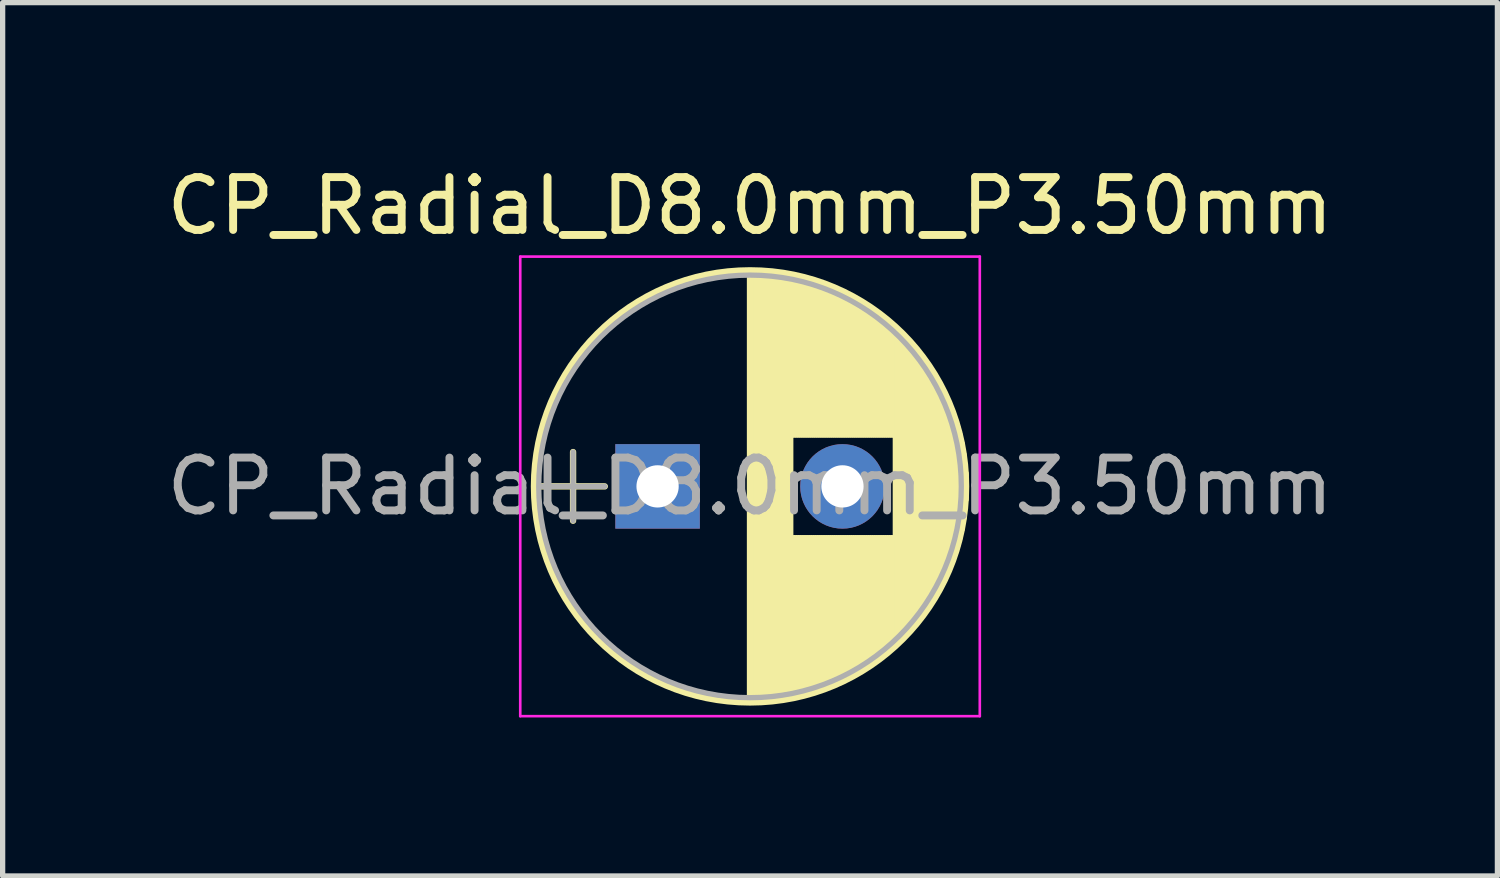
<source format=kicad_pcb>
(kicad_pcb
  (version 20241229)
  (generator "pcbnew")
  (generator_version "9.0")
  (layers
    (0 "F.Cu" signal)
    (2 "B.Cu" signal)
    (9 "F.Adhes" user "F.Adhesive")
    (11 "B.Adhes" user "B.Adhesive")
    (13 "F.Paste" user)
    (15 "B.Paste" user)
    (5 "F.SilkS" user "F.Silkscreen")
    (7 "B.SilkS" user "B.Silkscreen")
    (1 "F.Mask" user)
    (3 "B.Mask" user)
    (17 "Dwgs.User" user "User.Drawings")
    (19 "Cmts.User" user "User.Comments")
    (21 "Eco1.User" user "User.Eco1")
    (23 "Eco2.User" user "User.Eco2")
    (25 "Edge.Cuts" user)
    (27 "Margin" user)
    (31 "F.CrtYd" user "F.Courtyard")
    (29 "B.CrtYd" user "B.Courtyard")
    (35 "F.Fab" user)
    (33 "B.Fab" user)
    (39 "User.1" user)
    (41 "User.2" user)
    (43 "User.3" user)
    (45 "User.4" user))
  (footprint "CP_Radial_D8.0mm_P3.50mm"
    (layer "F.Cu")
    (at 9.399 6.158)
    (property "Reference" "CP_Radial_D8.0mm_P3.50mm" (at 1.75 -5.31 0) (layer "F.SilkS") (effects (font (size 1 1) (thickness 0.15))))
    (attr through_hole)
    (fp_line (start -2.2 0) (end -1 0) (stroke (width 0.12) (type solid)) (layer "F.SilkS"))
    (fp_line (start -1.6 -0.65) (end -1.6 0.65) (stroke (width 0.12) (type solid)) (layer "F.SilkS"))
    (fp_line (start 1.75 -4.05) (end 1.75 4.05) (stroke (width 0.12) (type solid)) (layer "F.SilkS"))
    (fp_line (start 1.79 -4.05) (end 1.79 4.05) (stroke (width 0.12) (type solid)) (layer "F.SilkS"))
    (fp_line (start 1.83 -4.05) (end 1.83 4.05) (stroke (width 0.12) (type solid)) (layer "F.SilkS"))
    (fp_line (start 1.87 -4.049) (end 1.87 4.049) (stroke (width 0.12) (type solid)) (layer "F.SilkS"))
    (fp_line (start 1.91 -4.047) (end 1.91 4.047) (stroke (width 0.12) (type solid)) (layer "F.SilkS"))
    (fp_line (start 1.95 -4.046) (end 1.95 4.046) (stroke (width 0.12) (type solid)) (layer "F.SilkS"))
    (fp_line (start 1.99 -4.043) (end 1.99 4.043) (stroke (width 0.12) (type solid)) (layer "F.SilkS"))
    (fp_line (start 2.03 -4.041) (end 2.03 4.041) (stroke (width 0.12) (type solid)) (layer "F.SilkS"))
    (fp_line (start 2.07 -4.038) (end 2.07 4.038) (stroke (width 0.12) (type solid)) (layer "F.SilkS"))
    (fp_line (start 2.11 -4.035) (end 2.11 4.035) (stroke (width 0.12) (type solid)) (layer "F.SilkS"))
    (fp_line (start 2.15 -4.031) (end 2.15 4.031) (stroke (width 0.12) (type solid)) (layer "F.SilkS"))
    (fp_line (start 2.19 -4.027) (end 2.19 4.027) (stroke (width 0.12) (type solid)) (layer "F.SilkS"))
    (fp_line (start 2.23 -4.022) (end 2.23 4.022) (stroke (width 0.12) (type solid)) (layer "F.SilkS"))
    (fp_line (start 2.27 -4.017) (end 2.27 4.017) (stroke (width 0.12) (type solid)) (layer "F.SilkS"))
    (fp_line (start 2.31 -4.012) (end 2.31 4.012) (stroke (width 0.12) (type solid)) (layer "F.SilkS"))
    (fp_line (start 2.35 -4.006) (end 2.35 4.006) (stroke (width 0.12) (type solid)) (layer "F.SilkS"))
    (fp_line (start 2.39 -4) (end 2.39 4) (stroke (width 0.12) (type solid)) (layer "F.SilkS"))
    (fp_line (start 2.43 -3.994) (end 2.43 3.994) (stroke (width 0.12) (type solid)) (layer "F.SilkS"))
    (fp_line (start 2.471 -3.987) (end 2.471 3.987) (stroke (width 0.12) (type solid)) (layer "F.SilkS"))
    (fp_line (start 2.511 -3.979) (end 2.511 3.979) (stroke (width 0.12) (type solid)) (layer "F.SilkS"))
    (fp_line (start 2.551 -3.971) (end 2.551 -0.98) (stroke (width 0.12) (type solid)) (layer "F.SilkS"))
    (fp_line (start 2.551 0.98) (end 2.551 3.971) (stroke (width 0.12) (type solid)) (layer "F.SilkS"))
    (fp_line (start 2.591 -3.963) (end 2.591 -0.98) (stroke (width 0.12) (type solid)) (layer "F.SilkS"))
    (fp_line (start 2.591 0.98) (end 2.591 3.963) (stroke (width 0.12) (type solid)) (layer "F.SilkS"))
    (fp_line (start 2.631 -3.955) (end 2.631 -0.98) (stroke (width 0.12) (type solid)) (layer "F.SilkS"))
    (fp_line (start 2.631 0.98) (end 2.631 3.955) (stroke (width 0.12) (type solid)) (layer "F.SilkS"))
    (fp_line (start 2.671 -3.946) (end 2.671 -0.98) (stroke (width 0.12) (type solid)) (layer "F.SilkS"))
    (fp_line (start 2.671 0.98) (end 2.671 3.946) (stroke (width 0.12) (type solid)) (layer "F.SilkS"))
    (fp_line (start 2.711 -3.936) (end 2.711 -0.98) (stroke (width 0.12) (type solid)) (layer "F.SilkS"))
    (fp_line (start 2.711 0.98) (end 2.711 3.936) (stroke (width 0.12) (type solid)) (layer "F.SilkS"))
    (fp_line (start 2.751 -3.926) (end 2.751 -0.98) (stroke (width 0.12) (type solid)) (layer "F.SilkS"))
    (fp_line (start 2.751 0.98) (end 2.751 3.926) (stroke (width 0.12) (type solid)) (layer "F.SilkS"))
    (fp_line (start 2.791 -3.916) (end 2.791 -0.98) (stroke (width 0.12) (type solid)) (layer "F.SilkS"))
    (fp_line (start 2.791 0.98) (end 2.791 3.916) (stroke (width 0.12) (type solid)) (layer "F.SilkS"))
    (fp_line (start 2.831 -3.905) (end 2.831 -0.98) (stroke (width 0.12) (type solid)) (layer "F.SilkS"))
    (fp_line (start 2.831 0.98) (end 2.831 3.905) (stroke (width 0.12) (type solid)) (layer "F.SilkS"))
    (fp_line (start 2.871 -3.894) (end 2.871 -0.98) (stroke (width 0.12) (type solid)) (layer "F.SilkS"))
    (fp_line (start 2.871 0.98) (end 2.871 3.894) (stroke (width 0.12) (type solid)) (layer "F.SilkS"))
    (fp_line (start 2.911 -3.883) (end 2.911 -0.98) (stroke (width 0.12) (type solid)) (layer "F.SilkS"))
    (fp_line (start 2.911 0.98) (end 2.911 3.883) (stroke (width 0.12) (type solid)) (layer "F.SilkS"))
    (fp_line (start 2.951 -3.87) (end 2.951 -0.98) (stroke (width 0.12) (type solid)) (layer "F.SilkS"))
    (fp_line (start 2.951 0.98) (end 2.951 3.87) (stroke (width 0.12) (type solid)) (layer "F.SilkS"))
    (fp_line (start 2.991 -3.858) (end 2.991 -0.98) (stroke (width 0.12) (type solid)) (layer "F.SilkS"))
    (fp_line (start 2.991 0.98) (end 2.991 3.858) (stroke (width 0.12) (type solid)) (layer "F.SilkS"))
    (fp_line (start 3.031 -3.845) (end 3.031 -0.98) (stroke (width 0.12) (type solid)) (layer "F.SilkS"))
    (fp_line (start 3.031 0.98) (end 3.031 3.845) (stroke (width 0.12) (type solid)) (layer "F.SilkS"))
    (fp_line (start 3.071 -3.832) (end 3.071 -0.98) (stroke (width 0.12) (type solid)) (layer "F.SilkS"))
    (fp_line (start 3.071 0.98) (end 3.071 3.832) (stroke (width 0.12) (type solid)) (layer "F.SilkS"))
    (fp_line (start 3.111 -3.818) (end 3.111 -0.98) (stroke (width 0.12) (type solid)) (layer "F.SilkS"))
    (fp_line (start 3.111 0.98) (end 3.111 3.818) (stroke (width 0.12) (type solid)) (layer "F.SilkS"))
    (fp_line (start 3.151 -3.803) (end 3.151 -0.98) (stroke (width 0.12) (type solid)) (layer "F.SilkS"))
    (fp_line (start 3.151 0.98) (end 3.151 3.803) (stroke (width 0.12) (type solid)) (layer "F.SilkS"))
    (fp_line (start 3.191 -3.789) (end 3.191 -0.98) (stroke (width 0.12) (type solid)) (layer "F.SilkS"))
    (fp_line (start 3.191 0.98) (end 3.191 3.789) (stroke (width 0.12) (type solid)) (layer "F.SilkS"))
    (fp_line (start 3.231 -3.773) (end 3.231 -0.98) (stroke (width 0.12) (type solid)) (layer "F.SilkS"))
    (fp_line (start 3.231 0.98) (end 3.231 3.773) (stroke (width 0.12) (type solid)) (layer "F.SilkS"))
    (fp_line (start 3.271 -3.758) (end 3.271 -0.98) (stroke (width 0.12) (type solid)) (layer "F.SilkS"))
    (fp_line (start 3.271 0.98) (end 3.271 3.758) (stroke (width 0.12) (type solid)) (layer "F.SilkS"))
    (fp_line (start 3.311 -3.741) (end 3.311 -0.98) (stroke (width 0.12) (type solid)) (layer "F.SilkS"))
    (fp_line (start 3.311 0.98) (end 3.311 3.741) (stroke (width 0.12) (type solid)) (layer "F.SilkS"))
    (fp_line (start 3.351 -3.725) (end 3.351 -0.98) (stroke (width 0.12) (type solid)) (layer "F.SilkS"))
    (fp_line (start 3.351 0.98) (end 3.351 3.725) (stroke (width 0.12) (type solid)) (layer "F.SilkS"))
    (fp_line (start 3.391 -3.707) (end 3.391 -0.98) (stroke (width 0.12) (type solid)) (layer "F.SilkS"))
    (fp_line (start 3.391 0.98) (end 3.391 3.707) (stroke (width 0.12) (type solid)) (layer "F.SilkS"))
    (fp_line (start 3.431 -3.69) (end 3.431 -0.98) (stroke (width 0.12) (type solid)) (layer "F.SilkS"))
    (fp_line (start 3.431 0.98) (end 3.431 3.69) (stroke (width 0.12) (type solid)) (layer "F.SilkS"))
    (fp_line (start 3.471 -3.671) (end 3.471 -0.98) (stroke (width 0.12) (type solid)) (layer "F.SilkS"))
    (fp_line (start 3.471 0.98) (end 3.471 3.671) (stroke (width 0.12) (type solid)) (layer "F.SilkS"))
    (fp_line (start 3.511 -3.652) (end 3.511 -0.98) (stroke (width 0.12) (type solid)) (layer "F.SilkS"))
    (fp_line (start 3.511 0.98) (end 3.511 3.652) (stroke (width 0.12) (type solid)) (layer "F.SilkS"))
    (fp_line (start 3.551 -3.633) (end 3.551 -0.98) (stroke (width 0.12) (type solid)) (layer "F.SilkS"))
    (fp_line (start 3.551 0.98) (end 3.551 3.633) (stroke (width 0.12) (type solid)) (layer "F.SilkS"))
    (fp_line (start 3.591 -3.613) (end 3.591 -0.98) (stroke (width 0.12) (type solid)) (layer "F.SilkS"))
    (fp_line (start 3.591 0.98) (end 3.591 3.613) (stroke (width 0.12) (type solid)) (layer "F.SilkS"))
    (fp_line (start 3.631 -3.593) (end 3.631 -0.98) (stroke (width 0.12) (type solid)) (layer "F.SilkS"))
    (fp_line (start 3.631 0.98) (end 3.631 3.593) (stroke (width 0.12) (type solid)) (layer "F.SilkS"))
    (fp_line (start 3.671 -3.572) (end 3.671 -0.98) (stroke (width 0.12) (type solid)) (layer "F.SilkS"))
    (fp_line (start 3.671 0.98) (end 3.671 3.572) (stroke (width 0.12) (type solid)) (layer "F.SilkS"))
    (fp_line (start 3.711 -3.55) (end 3.711 -0.98) (stroke (width 0.12) (type solid)) (layer "F.SilkS"))
    (fp_line (start 3.711 0.98) (end 3.711 3.55) (stroke (width 0.12) (type solid)) (layer "F.SilkS"))
    (fp_line (start 3.751 -3.528) (end 3.751 -0.98) (stroke (width 0.12) (type solid)) (layer "F.SilkS"))
    (fp_line (start 3.751 0.98) (end 3.751 3.528) (stroke (width 0.12) (type solid)) (layer "F.SilkS"))
    (fp_line (start 3.791 -3.505) (end 3.791 -0.98) (stroke (width 0.12) (type solid)) (layer "F.SilkS"))
    (fp_line (start 3.791 0.98) (end 3.791 3.505) (stroke (width 0.12) (type solid)) (layer "F.SilkS"))
    (fp_line (start 3.831 -3.482) (end 3.831 -0.98) (stroke (width 0.12) (type solid)) (layer "F.SilkS"))
    (fp_line (start 3.831 0.98) (end 3.831 3.482) (stroke (width 0.12) (type solid)) (layer "F.SilkS"))
    (fp_line (start 3.871 -3.458) (end 3.871 -0.98) (stroke (width 0.12) (type solid)) (layer "F.SilkS"))
    (fp_line (start 3.871 0.98) (end 3.871 3.458) (stroke (width 0.12) (type solid)) (layer "F.SilkS"))
    (fp_line (start 3.911 -3.434) (end 3.911 -0.98) (stroke (width 0.12) (type solid)) (layer "F.SilkS"))
    (fp_line (start 3.911 0.98) (end 3.911 3.434) (stroke (width 0.12) (type solid)) (layer "F.SilkS"))
    (fp_line (start 3.951 -3.408) (end 3.951 -0.98) (stroke (width 0.12) (type solid)) (layer "F.SilkS"))
    (fp_line (start 3.951 0.98) (end 3.951 3.408) (stroke (width 0.12) (type solid)) (layer "F.SilkS"))
    (fp_line (start 3.991 -3.383) (end 3.991 -0.98) (stroke (width 0.12) (type solid)) (layer "F.SilkS"))
    (fp_line (start 3.991 0.98) (end 3.991 3.383) (stroke (width 0.12) (type solid)) (layer "F.SilkS"))
    (fp_line (start 4.031 -3.356) (end 4.031 -0.98) (stroke (width 0.12) (type solid)) (layer "F.SilkS"))
    (fp_line (start 4.031 0.98) (end 4.031 3.356) (stroke (width 0.12) (type solid)) (layer "F.SilkS"))
    (fp_line (start 4.071 -3.329) (end 4.071 -0.98) (stroke (width 0.12) (type solid)) (layer "F.SilkS"))
    (fp_line (start 4.071 0.98) (end 4.071 3.329) (stroke (width 0.12) (type solid)) (layer "F.SilkS"))
    (fp_line (start 4.111 -3.301) (end 4.111 -0.98) (stroke (width 0.12) (type solid)) (layer "F.SilkS"))
    (fp_line (start 4.111 0.98) (end 4.111 3.301) (stroke (width 0.12) (type solid)) (layer "F.SilkS"))
    (fp_line (start 4.151 -3.272) (end 4.151 -0.98) (stroke (width 0.12) (type solid)) (layer "F.SilkS"))
    (fp_line (start 4.151 0.98) (end 4.151 3.272) (stroke (width 0.12) (type solid)) (layer "F.SilkS"))
    (fp_line (start 4.191 -3.243) (end 4.191 -0.98) (stroke (width 0.12) (type solid)) (layer "F.SilkS"))
    (fp_line (start 4.191 0.98) (end 4.191 3.243) (stroke (width 0.12) (type solid)) (layer "F.SilkS"))
    (fp_line (start 4.231 -3.213) (end 4.231 -0.98) (stroke (width 0.12) (type solid)) (layer "F.SilkS"))
    (fp_line (start 4.231 0.98) (end 4.231 3.213) (stroke (width 0.12) (type solid)) (layer "F.SilkS"))
    (fp_line (start 4.271 -3.182) (end 4.271 -0.98) (stroke (width 0.12) (type solid)) (layer "F.SilkS"))
    (fp_line (start 4.271 0.98) (end 4.271 3.182) (stroke (width 0.12) (type solid)) (layer "F.SilkS"))
    (fp_line (start 4.311 -3.15) (end 4.311 -0.98) (stroke (width 0.12) (type solid)) (layer "F.SilkS"))
    (fp_line (start 4.311 0.98) (end 4.311 3.15) (stroke (width 0.12) (type solid)) (layer "F.SilkS"))
    (fp_line (start 4.351 -3.118) (end 4.351 -0.98) (stroke (width 0.12) (type solid)) (layer "F.SilkS"))
    (fp_line (start 4.351 0.98) (end 4.351 3.118) (stroke (width 0.12) (type solid)) (layer "F.SilkS"))
    (fp_line (start 4.391 -3.084) (end 4.391 -0.98) (stroke (width 0.12) (type solid)) (layer "F.SilkS"))
    (fp_line (start 4.391 0.98) (end 4.391 3.084) (stroke (width 0.12) (type solid)) (layer "F.SilkS"))
    (fp_line (start 4.431 -3.05) (end 4.431 -0.98) (stroke (width 0.12) (type solid)) (layer "F.SilkS"))
    (fp_line (start 4.431 0.98) (end 4.431 3.05) (stroke (width 0.12) (type solid)) (layer "F.SilkS"))
    (fp_line (start 4.471 -3.015) (end 4.471 -0.98) (stroke (width 0.12) (type solid)) (layer "F.SilkS"))
    (fp_line (start 4.471 0.98) (end 4.471 3.015) (stroke (width 0.12) (type solid)) (layer "F.SilkS"))
    (fp_line (start 4.511 -2.979) (end 4.511 2.979) (stroke (width 0.12) (type solid)) (layer "F.SilkS"))
    (fp_line (start 4.551 -2.942) (end 4.551 2.942) (stroke (width 0.12) (type solid)) (layer "F.SilkS"))
    (fp_line (start 4.591 -2.904) (end 4.591 2.904) (stroke (width 0.12) (type solid)) (layer "F.SilkS"))
    (fp_line (start 4.631 -2.865) (end 4.631 2.865) (stroke (width 0.12) (type solid)) (layer "F.SilkS"))
    (fp_line (start 4.671 -2.824) (end 4.671 2.824) (stroke (width 0.12) (type solid)) (layer "F.SilkS"))
    (fp_line (start 4.711 -2.783) (end 4.711 2.783) (stroke (width 0.12) (type solid)) (layer "F.SilkS"))
    (fp_line (start 4.751 -2.74) (end 4.751 2.74) (stroke (width 0.12) (type solid)) (layer "F.SilkS"))
    (fp_line (start 4.791 -2.697) (end 4.791 2.697) (stroke (width 0.12) (type solid)) (layer "F.SilkS"))
    (fp_line (start 4.831 -2.652) (end 4.831 2.652) (stroke (width 0.12) (type solid)) (layer "F.SilkS"))
    (fp_line (start 4.871 -2.605) (end 4.871 2.605) (stroke (width 0.12) (type solid)) (layer "F.SilkS"))
    (fp_line (start 4.911 -2.557) (end 4.911 2.557) (stroke (width 0.12) (type solid)) (layer "F.SilkS"))
    (fp_line (start 4.951 -2.508) (end 4.951 2.508) (stroke (width 0.12) (type solid)) (layer "F.SilkS"))
    (fp_line (start 4.991 -2.457) (end 4.991 2.457) (stroke (width 0.12) (type solid)) (layer "F.SilkS"))
    (fp_line (start 5.031 -2.404) (end 5.031 2.404) (stroke (width 0.12) (type solid)) (layer "F.SilkS"))
    (fp_line (start 5.071 -2.349) (end 5.071 2.349) (stroke (width 0.12) (type solid)) (layer "F.SilkS"))
    (fp_line (start 5.111 -2.293) (end 5.111 2.293) (stroke (width 0.12) (type solid)) (layer "F.SilkS"))
    (fp_line (start 5.151 -2.234) (end 5.151 2.234) (stroke (width 0.12) (type solid)) (layer "F.SilkS"))
    (fp_line (start 5.191 -2.173) (end 5.191 2.173) (stroke (width 0.12) (type solid)) (layer "F.SilkS"))
    (fp_line (start 5.231 -2.109) (end 5.231 2.109) (stroke (width 0.12) (type solid)) (layer "F.SilkS"))
    (fp_line (start 5.271 -2.043) (end 5.271 2.043) (stroke (width 0.12) (type solid)) (layer "F.SilkS"))
    (fp_line (start 5.311 -1.974) (end 5.311 1.974) (stroke (width 0.12) (type solid)) (layer "F.SilkS"))
    (fp_line (start 5.351 -1.902) (end 5.351 1.902) (stroke (width 0.12) (type solid)) (layer "F.SilkS"))
    (fp_line (start 5.391 -1.826) (end 5.391 1.826) (stroke (width 0.12) (type solid)) (layer "F.SilkS"))
    (fp_line (start 5.431 -1.745) (end 5.431 1.745) (stroke (width 0.12) (type solid)) (layer "F.SilkS"))
    (fp_line (start 5.471 -1.66) (end 5.471 1.66) (stroke (width 0.12) (type solid)) (layer "F.SilkS"))
    (fp_line (start 5.511 -1.57) (end 5.511 1.57) (stroke (width 0.12) (type solid)) (layer "F.SilkS"))
    (fp_line (start 5.551 -1.473) (end 5.551 1.473) (stroke (width 0.12) (type solid)) (layer "F.SilkS"))
    (fp_line (start 5.591 -1.369) (end 5.591 1.369) (stroke (width 0.12) (type solid)) (layer "F.SilkS"))
    (fp_line (start 5.631 -1.254) (end 5.631 1.254) (stroke (width 0.12) (type solid)) (layer "F.SilkS"))
    (fp_line (start 5.671 -1.127) (end 5.671 1.127) (stroke (width 0.12) (type solid)) (layer "F.SilkS"))
    (fp_line (start 5.711 -0.983) (end 5.711 0.983) (stroke (width 0.12) (type solid)) (layer "F.SilkS"))
    (fp_line (start 5.751 -0.814) (end 5.751 0.814) (stroke (width 0.12) (type solid)) (layer "F.SilkS"))
    (fp_line (start 5.791 -0.598) (end 5.791 0.598) (stroke (width 0.12) (type solid)) (layer "F.SilkS"))
    (fp_line (start 5.831 -0.246) (end 5.831 0.246) (stroke (width 0.12) (type solid)) (layer "F.SilkS"))
    (fp_circle (center 1.75 0) (end 5.84 0) (stroke (width 0.12) (type solid)) (fill no) (layer "F.SilkS"))
    (fp_line (start -2.6 -4.35) (end -2.6 4.35) (stroke (width 0.05) (type solid)) (layer "F.CrtYd"))
    (fp_line (start -2.6 4.35) (end 6.1 4.35) (stroke (width 0.05) (type solid)) (layer "F.CrtYd"))
    (fp_line (start 6.1 -4.35) (end -2.6 -4.35) (stroke (width 0.05) (type solid)) (layer "F.CrtYd"))
    (fp_line (start 6.1 4.35) (end 6.1 -4.35) (stroke (width 0.05) (type solid)) (layer "F.CrtYd"))
    (fp_line (start -2.2 0) (end -1 0) (stroke (width 0.1) (type solid)) (layer "F.Fab"))
    (fp_line (start -1.6 -0.65) (end -1.6 0.65) (stroke (width 0.1) (type solid)) (layer "F.Fab"))
    (fp_circle (center 1.75 0) (end 5.75 0) (stroke (width 0.1) (type solid)) (fill no) (layer "F.Fab"))
    (fp_text user "${REFERENCE}" (at 1.75 0 0) (layer "F.Fab") (effects (font (size 1 1) (thickness 0.15))))
    (pad "1" thru_hole rect (at 0 0) (size 1.6 1.6) (drill 0.8) (layers "*.Cu" "*.Mask"))
    (pad "2" thru_hole circle (at 3.5 0) (size 1.6 1.6) (drill 0.8) (layers "*.Cu" "*.Mask")))
  (gr_rect
    (start -3 -3)
    (end 25.298 13.533)
    (stroke (width 0.1) (type default))
    (fill no)
    (layer "Edge.Cuts")))
</source>
